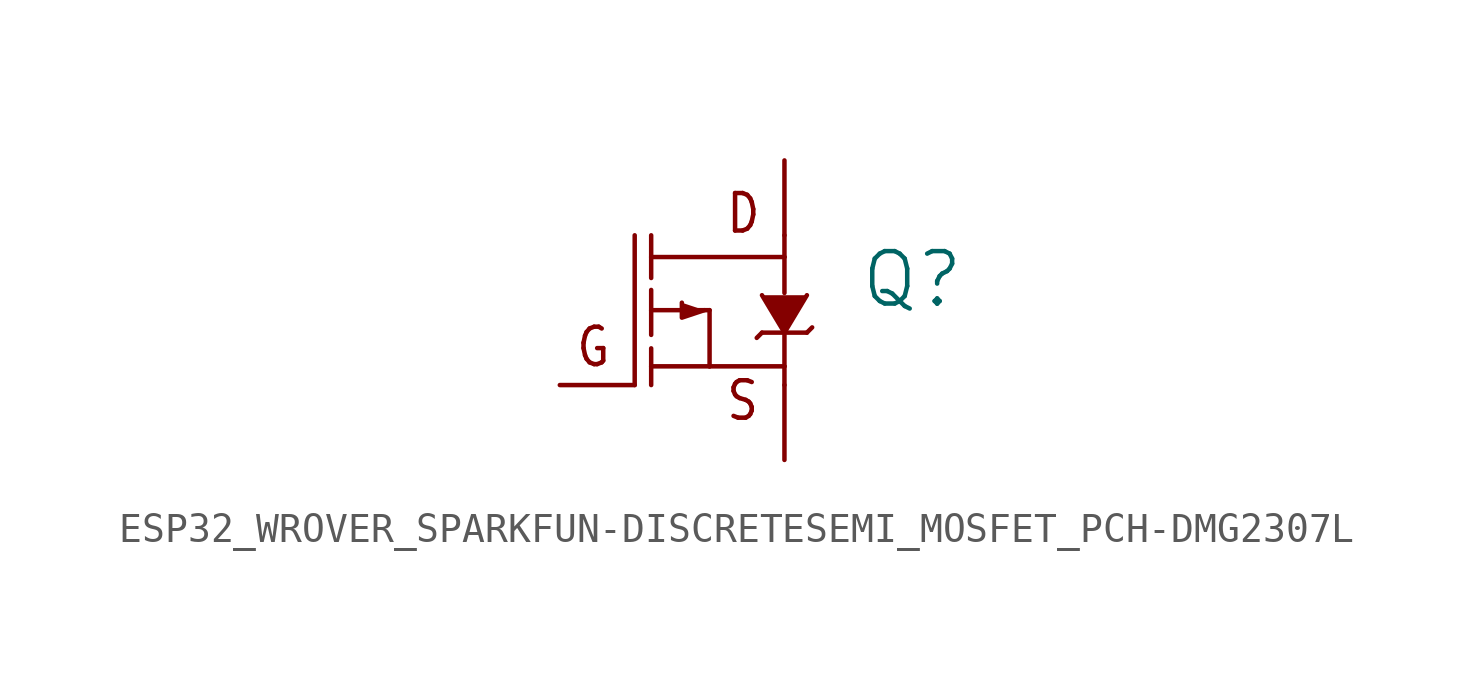
<source format=kicad_sym>
(kicad_symbol_lib
  (version 20220914)
  (generator kicad_symbol_editor)
  (symbol "ESP32_WROVER_SPARKFUN-DISCRETESEMI_MOSFET_PCH-DMG2307L"
    (property "Reference" "Q"
      (at 5.08 0 0)
      (effects (font (size 1.778 1.778)) (justify left bottom)))
    (property "Value" ""
      (at 5.08 -2.54 0)
      (effects (font (size 1.778 1.778)) (justify left bottom)))
    (property "ki_locked" ""
      (at 0 0 0)
      (effects (font (size 1.27 1.27))))
    (symbol "ESP32_WROVER_SPARKFUN-DISCRETESEMI_MOSFET_PCH-DMG2307L_1_0"
      (polyline (pts (xy -2.54 -2.54) (xy -2.54 2.54)) (stroke (width 0.152) (type solid)) (fill (type none)))
      (polyline (pts (xy -1.981 -1.905) (xy -1.981 -2.54)) (stroke (width 0.152) (type solid)) (fill (type none)))
      (polyline (pts (xy -1.981 -1.905) (xy 0 -1.905)) (stroke (width 0.152) (type solid)) (fill (type none)))
      (polyline (pts (xy -1.981 -1.295) (xy -1.981 -1.905)) (stroke (width 0.152) (type solid)) (fill (type none)))
      (polyline (pts (xy -1.981 0) (xy -1.981 -0.838)) (stroke (width 0.152) (type solid)) (fill (type none)))
      (polyline (pts (xy -1.981 0.686) (xy -1.981 0)) (stroke (width 0.152) (type solid)) (fill (type none)))
      (polyline (pts (xy -1.981 1.803) (xy -1.981 1.092)) (stroke (width 0.152) (type solid)) (fill (type none)))
      (polyline (pts (xy -1.981 1.803) (xy 2.54 1.803)) (stroke (width 0.152) (type solid)) (fill (type none)))
      (polyline (pts (xy -1.981 2.54) (xy -1.981 1.803)) (stroke (width 0.152) (type solid)) (fill (type none)))
      (polyline (pts (xy 0 -1.905) (xy 0 0)) (stroke (width 0.152) (type solid)) (fill (type none)))
      (polyline (pts (xy 0 0) (xy -1.981 0)) (stroke (width 0.152) (type solid)) (fill (type none)))
      (polyline (pts (xy 1.778 -0.762) (xy 1.6 -0.94)) (stroke (width 0.152) (type solid)) (fill (type none)))
      (polyline (pts (xy 1.778 -0.762) (xy 3.302 -0.762)) (stroke (width 0.152) (type solid)) (fill (type none)))
      (polyline (pts (xy 2.54 -2.54) (xy 2.54 -1.905)) (stroke (width 0.152) (type solid)) (fill (type none)))
      (polyline (pts (xy 2.54 -1.905) (xy 0 -1.905)) (stroke (width 0.152) (type solid)) (fill (type none)))
      (polyline (pts (xy 2.54 -1.905) (xy 2.54 -0.787)) (stroke (width 0.152) (type solid)) (fill (type none)))
      (polyline (pts (xy 2.54 1.803) (xy 2.54 0.584)) (stroke (width 0.152) (type solid)) (fill (type none)))
      (polyline (pts (xy 2.54 2.54) (xy 2.54 1.803)) (stroke (width 0.152) (type solid)) (fill (type none)))
      (polyline (pts (xy 3.48 -0.584) (xy 3.302 -0.762)) (stroke (width 0.152) (type solid)) (fill (type none)))
      (polyline (pts (xy -0.178 0) (xy -0.94 -0.254) (xy -0.94 0.254)) (stroke (width 0.152) (type solid)) (fill (type outline)))
      (polyline (pts (xy 3.302 0.508) (xy 2.54 -0.762) (xy 1.778 0.508)) (stroke (width 0.152) (type solid)) (fill (type outline)))
      (text "D" (at 0.508 2.54 0) (effects (font (size 1.27 1.079)) (justify left bottom)))
      (text "G" (at -3.302 -0.508 0) (effects (font (size 1.27 1.079)) (justify right top)))
      (text "S" (at 0.508 -3.81 0) (effects (font (size 1.27 1.079)) (justify left bottom)))
      (pin bidirectional line (at -5.08 -2.54 0) (length 2.54) (name "G" (effects (font (size 0 0)))) (number "1" (effects (font (size 0 0)))))
      (pin bidirectional line (at 2.54 -5.08 90) (length 2.54) (name "S" (effects (font (size 0 0)))) (number "2" (effects (font (size 0 0)))))
      (pin bidirectional line (at 2.54 5.08 270) (length 2.54) (name "D" (effects (font (size 0 0)))) (number "3" (effects (font (size 0 0))))))))
</source>
